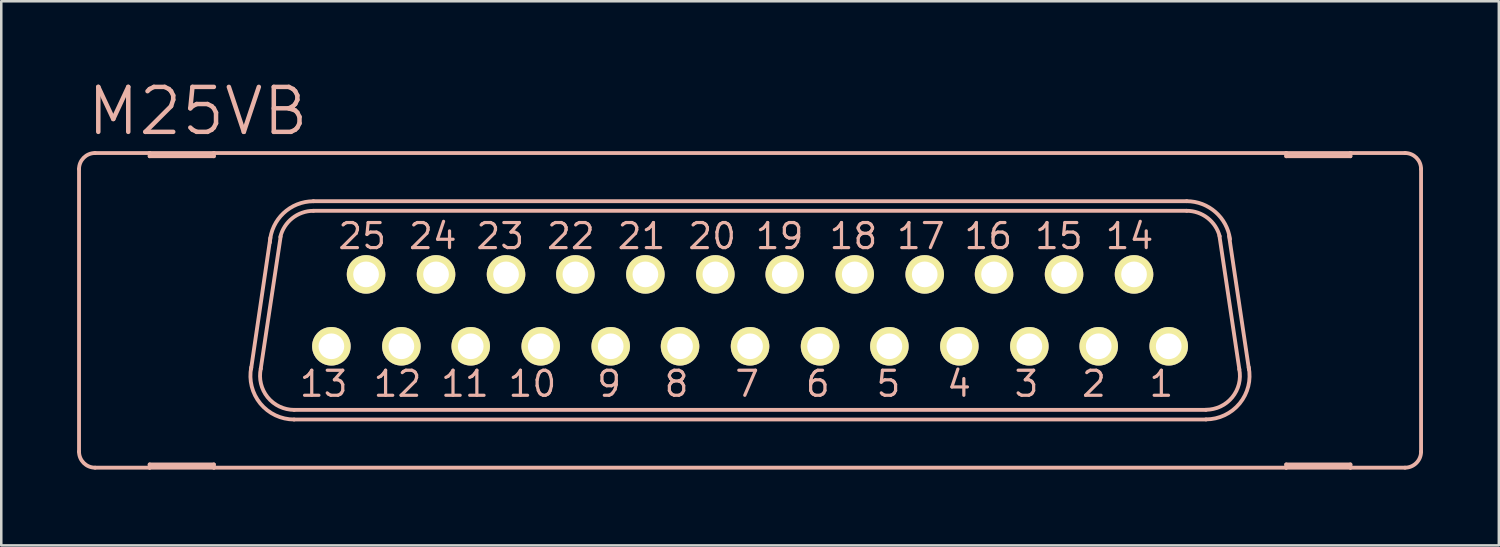
<source format=kicad_pcb>
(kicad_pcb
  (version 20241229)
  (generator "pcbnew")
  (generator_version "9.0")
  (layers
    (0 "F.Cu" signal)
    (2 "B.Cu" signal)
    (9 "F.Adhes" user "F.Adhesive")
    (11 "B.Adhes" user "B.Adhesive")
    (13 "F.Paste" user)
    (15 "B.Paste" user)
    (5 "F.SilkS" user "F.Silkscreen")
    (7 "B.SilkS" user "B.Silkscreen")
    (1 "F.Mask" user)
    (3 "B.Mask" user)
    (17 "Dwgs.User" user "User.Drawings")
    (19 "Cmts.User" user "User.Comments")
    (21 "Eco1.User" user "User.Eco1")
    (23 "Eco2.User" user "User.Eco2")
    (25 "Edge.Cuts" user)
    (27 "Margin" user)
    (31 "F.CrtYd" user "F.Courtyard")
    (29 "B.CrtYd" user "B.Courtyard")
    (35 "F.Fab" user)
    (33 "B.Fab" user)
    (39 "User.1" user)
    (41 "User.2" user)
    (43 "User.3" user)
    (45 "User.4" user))
  (footprint "M25VB"
    (layer "F.Cu")
    (at 26.619 9.226)
    (property "Reference" "M25VB" (at -21.844 -7.874 0) (layer "B.SilkS") (effects (font (size 1.778 1.778) (thickness 0.178))))
    (attr exclude_from_pos_files exclude_from_bom)
    (fp_circle (center -16.561 1.422) (end -16.688 1.549) (stroke (width 0.203) (type solid)) (fill no) (layer "F.SilkS"))
    (fp_circle (center -15.189 -1.422) (end -15.316 -1.549) (stroke (width 0.203) (type solid)) (fill no) (layer "F.SilkS"))
    (fp_circle (center -13.792 1.422) (end -13.919 1.549) (stroke (width 0.203) (type solid)) (fill no) (layer "F.SilkS"))
    (fp_circle (center -12.421 -1.422) (end -12.548 -1.549) (stroke (width 0.203) (type solid)) (fill no) (layer "F.SilkS"))
    (fp_circle (center -11.049 1.422) (end -11.176 1.549) (stroke (width 0.203) (type solid)) (fill no) (layer "F.SilkS"))
    (fp_circle (center -9.652 -1.422) (end -9.779 -1.549) (stroke (width 0.203) (type solid)) (fill no) (layer "F.SilkS"))
    (fp_circle (center -8.28 1.422) (end -8.407 1.549) (stroke (width 0.203) (type solid)) (fill no) (layer "F.SilkS"))
    (fp_circle (center -6.909 -1.422) (end -7.036 -1.549) (stroke (width 0.203) (type solid)) (fill no) (layer "F.SilkS"))
    (fp_circle (center -5.512 1.422) (end -5.639 1.549) (stroke (width 0.203) (type solid)) (fill no) (layer "F.SilkS"))
    (fp_circle (center -4.14 -1.422) (end -4.267 -1.549) (stroke (width 0.203) (type solid)) (fill no) (layer "F.SilkS"))
    (fp_circle (center -2.769 1.422) (end -2.896 1.549) (stroke (width 0.203) (type solid)) (fill no) (layer "F.SilkS"))
    (fp_circle (center -1.372 -1.422) (end -1.499 -1.549) (stroke (width 0.203) (type solid)) (fill no) (layer "F.SilkS"))
    (fp_circle (center 0 1.422) (end -0.127 1.549) (stroke (width 0.203) (type solid)) (fill no) (layer "F.SilkS"))
    (fp_circle (center 1.372 -1.422) (end 1.499 -1.549) (stroke (width 0.203) (type solid)) (fill no) (layer "F.SilkS"))
    (fp_circle (center 2.769 1.422) (end 2.896 1.549) (stroke (width 0.203) (type solid)) (fill no) (layer "F.SilkS"))
    (fp_circle (center 4.14 -1.422) (end 4.267 -1.549) (stroke (width 0.203) (type solid)) (fill no) (layer "F.SilkS"))
    (fp_circle (center 5.512 1.422) (end 5.639 1.549) (stroke (width 0.203) (type solid)) (fill no) (layer "F.SilkS"))
    (fp_circle (center 6.909 -1.422) (end 7.036 -1.549) (stroke (width 0.203) (type solid)) (fill no) (layer "F.SilkS"))
    (fp_circle (center 8.28 1.422) (end 8.407 1.549) (stroke (width 0.203) (type solid)) (fill no) (layer "F.SilkS"))
    (fp_circle (center 9.652 -1.422) (end 9.779 -1.549) (stroke (width 0.203) (type solid)) (fill no) (layer "F.SilkS"))
    (fp_circle (center 11.049 1.422) (end 11.176 1.549) (stroke (width 0.203) (type solid)) (fill no) (layer "F.SilkS"))
    (fp_circle (center 12.421 -1.422) (end 12.548 -1.549) (stroke (width 0.203) (type solid)) (fill no) (layer "F.SilkS"))
    (fp_circle (center 13.792 1.422) (end 13.919 1.549) (stroke (width 0.203) (type solid)) (fill no) (layer "F.SilkS"))
    (fp_circle (center 15.189 -1.422) (end 15.316 -1.549) (stroke (width 0.203) (type solid)) (fill no) (layer "F.SilkS"))
    (fp_circle (center 16.561 1.422) (end 16.688 1.549) (stroke (width 0.203) (type solid)) (fill no) (layer "F.SilkS"))
    (fp_line (start -26.543 5.588) (end -26.543 -5.588) (stroke (width 0.152) (type solid)) (layer "B.SilkS"))
    (fp_line (start -25.908 6.223) (end -23.749 6.223) (stroke (width 0.152) (type solid)) (layer "B.SilkS"))
    (fp_line (start -23.749 -6.223) (end -25.908 -6.223) (stroke (width 0.152) (type solid)) (layer "B.SilkS"))
    (fp_line (start -23.749 -6.096) (end -23.749 -6.223) (stroke (width 0.152) (type solid)) (layer "B.SilkS"))
    (fp_line (start -23.749 6.096) (end -23.749 6.223) (stroke (width 0.152) (type solid)) (layer "B.SilkS"))
    (fp_line (start -23.749 6.223) (end -21.209 6.223) (stroke (width 0.152) (type solid)) (layer "B.SilkS"))
    (fp_line (start -21.209 -6.223) (end -23.749 -6.223) (stroke (width 0.152) (type solid)) (layer "B.SilkS"))
    (fp_line (start -21.209 -6.223) (end -21.209 -6.096) (stroke (width 0.152) (type solid)) (layer "B.SilkS"))
    (fp_line (start -21.209 -6.096) (end -23.749 -6.096) (stroke (width 0.152) (type solid)) (layer "B.SilkS"))
    (fp_line (start -21.209 6.096) (end -23.749 6.096) (stroke (width 0.152) (type solid)) (layer "B.SilkS"))
    (fp_line (start -21.209 6.223) (end -21.209 6.096) (stroke (width 0.152) (type solid)) (layer "B.SilkS"))
    (fp_line (start -21.209 6.223) (end 21.209 6.223) (stroke (width 0.152) (type solid)) (layer "B.SilkS"))
    (fp_line (start -19.736 2.311) (end -18.974 -2.87) (stroke (width 0.152) (type solid)) (layer "B.SilkS"))
    (fp_line (start -19.355 2.311) (end -18.567 -2.921) (stroke (width 0.152) (type solid)) (layer "B.SilkS"))
    (fp_line (start 17.272 -4.318) (end -17.272 -4.318) (stroke (width 0.152) (type solid)) (layer "B.SilkS"))
    (fp_line (start 17.272 -3.937) (end -17.272 -3.937) (stroke (width 0.152) (type solid)) (layer "B.SilkS"))
    (fp_line (start 18.034 3.937) (end -18.034 3.937) (stroke (width 0.152) (type solid)) (layer "B.SilkS"))
    (fp_line (start 18.034 4.318) (end -18.034 4.318) (stroke (width 0.152) (type solid)) (layer "B.SilkS"))
    (fp_line (start 18.567 -2.946) (end 19.355 2.337) (stroke (width 0.152) (type solid)) (layer "B.SilkS"))
    (fp_line (start 18.948 -2.946) (end 19.736 2.337) (stroke (width 0.152) (type solid)) (layer "B.SilkS"))
    (fp_line (start 21.209 -6.223) (end -21.209 -6.223) (stroke (width 0.152) (type solid)) (layer "B.SilkS"))
    (fp_line (start 21.209 -6.096) (end 21.209 -6.223) (stroke (width 0.152) (type solid)) (layer "B.SilkS"))
    (fp_line (start 21.209 6.096) (end 21.209 6.223) (stroke (width 0.152) (type solid)) (layer "B.SilkS"))
    (fp_line (start 21.209 6.223) (end 23.749 6.223) (stroke (width 0.152) (type solid)) (layer "B.SilkS"))
    (fp_line (start 23.749 -6.223) (end 21.209 -6.223) (stroke (width 0.152) (type solid)) (layer "B.SilkS"))
    (fp_line (start 23.749 -6.223) (end 23.749 -6.096) (stroke (width 0.152) (type solid)) (layer "B.SilkS"))
    (fp_line (start 23.749 -6.096) (end 21.209 -6.096) (stroke (width 0.152) (type solid)) (layer "B.SilkS"))
    (fp_line (start 23.749 6.096) (end 21.209 6.096) (stroke (width 0.152) (type solid)) (layer "B.SilkS"))
    (fp_line (start 23.749 6.223) (end 23.749 6.096) (stroke (width 0.152) (type solid)) (layer "B.SilkS"))
    (fp_line (start 23.749 6.223) (end 25.908 6.223) (stroke (width 0.152) (type solid)) (layer "B.SilkS"))
    (fp_line (start 25.908 -6.223) (end 23.749 -6.223) (stroke (width 0.152) (type solid)) (layer "B.SilkS"))
    (fp_line (start 26.543 5.588) (end 26.543 -5.588) (stroke (width 0.152) (type solid)) (layer "B.SilkS"))
    (fp_arc (start -26.543 -5.588) (mid -26.357013 -6.037013) (end -25.908 -6.223) (stroke (width 0.1524) (type solid)) (layer "B.SilkS"))
    (fp_arc (start -25.908 6.223) (mid -26.357013 6.037013) (end -26.543 5.588) (stroke (width 0.1524) (type solid)) (layer "B.SilkS"))
    (fp_arc (start -18.99412 -2.68478) (mid -18.456237 -3.843381) (end -17.269364 -4.315619) (stroke (width 0.1524) (type solid)) (layer "B.SilkS"))
    (fp_arc (start -18.5801 -2.90322) (mid -18.104662 -3.646284) (end -17.271518 -3.936211) (stroke (width 0.1524) (type solid)) (layer "B.SilkS"))
    (fp_arc (start -18.034 3.937) (mid -19.083648 3.435219) (end -19.35228 2.303238) (stroke (width 0.1524) (type solid)) (layer "B.SilkS"))
    (fp_arc (start -18.034 4.318) (mid -19.370628 3.686179) (end -19.730797 2.252285) (stroke (width 0.1524) (type solid)) (layer "B.SilkS"))
    (fp_arc (start 17.272 -4.318) (mid 18.410733 -3.888069) (end 18.984341 -2.814511) (stroke (width 0.1524) (type solid)) (layer "B.SilkS"))
    (fp_arc (start 17.272 -3.937) (mid 18.096791 -3.655415) (end 18.577188 -2.928236) (stroke (width 0.1524) (type solid)) (layer "B.SilkS"))
    (fp_arc (start 19.35226 2.32664) (mid 19.072158 3.441772) (end 18.03224 3.932229) (stroke (width 0.1524) (type solid)) (layer "B.SilkS"))
    (fp_arc (start 19.72564 2.25044) (mid 19.367826 3.682187) (end 18.033801 4.313302) (stroke (width 0.1524) (type solid)) (layer "B.SilkS"))
    (fp_arc (start 25.908 -6.223) (mid 26.357013 -6.037013) (end 26.543 -5.588) (stroke (width 0.1524) (type solid)) (layer "B.SilkS"))
    (fp_arc (start 26.543 5.588) (mid 26.357013 6.037013) (end 25.908 6.223) (stroke (width 0.1524) (type solid)) (layer "B.SilkS"))
    (fp_text user "25" (at -15.342 -2.934 180) (layer "B.SilkS") (effects (font (size 0.991 0.991) (thickness 0.127))))
    (fp_text user "15" (at 12.217 -2.934 180) (layer "B.SilkS") (effects (font (size 0.991 0.991) (thickness 0.127))))
    (fp_text user "16" (at 9.423 -2.934 180) (layer "B.SilkS") (effects (font (size 0.991 0.991) (thickness 0.127))))
    (fp_text user "2" (at 13.602 2.908 180) (layer "B.SilkS") (effects (font (size 0.991 0.991) (thickness 0.127))))
    (fp_text user "19" (at 1.168 -2.934 180) (layer "B.SilkS") (effects (font (size 0.991 0.991) (thickness 0.127))))
    (fp_text user "7" (at -0.114 2.908 180) (layer "B.SilkS") (effects (font (size 0.991 0.991) (thickness 0.127))))
    (fp_text user "12" (at -13.945 2.908 180) (layer "B.SilkS") (effects (font (size 0.991 0.991) (thickness 0.127))))
    (fp_text user "13" (at -16.866 2.908 180) (layer "B.SilkS") (effects (font (size 0.991 0.991) (thickness 0.127))))
    (fp_text user "20" (at -1.499 -2.934 180) (layer "B.SilkS") (effects (font (size 0.991 0.991) (thickness 0.127))))
    (fp_text user "14" (at 15.011 -2.934 180) (layer "B.SilkS") (effects (font (size 0.991 0.991) (thickness 0.127))))
    (fp_text user "1" (at 16.269 2.908 180) (layer "B.SilkS") (effects (font (size 0.991 0.991) (thickness 0.127))))
    (fp_text user "10" (at -8.611 2.908 180) (layer "B.SilkS") (effects (font (size 0.991 0.991) (thickness 0.127))))
    (fp_text user "21" (at -4.293 -2.934 180) (layer "B.SilkS") (effects (font (size 0.991 0.991) (thickness 0.127))))
    (fp_text user "3" (at 10.935 2.908 180) (layer "B.SilkS") (effects (font (size 0.991 0.991) (thickness 0.127))))
    (fp_text user "11" (at -11.278 2.908 180) (layer "B.SilkS") (effects (font (size 0.991 0.991) (thickness 0.127))))
    (fp_text user "8" (at -2.908 2.908 180) (layer "B.SilkS") (effects (font (size 0.991 0.991) (thickness 0.127))))
    (fp_text user "23" (at -9.881 -2.934 180) (layer "B.SilkS") (effects (font (size 0.991 0.991) (thickness 0.127))))
    (fp_text user "9" (at -5.575 2.908 180) (layer "B.SilkS") (effects (font (size 0.991 0.991) (thickness 0.127))))
    (fp_text user "17" (at 6.756 -2.934 180) (layer "B.SilkS") (effects (font (size 0.991 0.991) (thickness 0.127))))
    (fp_text user "4" (at 8.268 2.908 180) (layer "B.SilkS") (effects (font (size 0.991 0.991) (thickness 0.127))))
    (fp_text user "18" (at 4.089 -2.934 180) (layer "B.SilkS") (effects (font (size 0.991 0.991) (thickness 0.127))))
    (fp_text user "5" (at 5.474 2.908 180) (layer "B.SilkS") (effects (font (size 0.991 0.991) (thickness 0.127))))
    (fp_text user "6" (at 2.68 2.908 180) (layer "B.SilkS") (effects (font (size 0.991 0.991) (thickness 0.127))))
    (fp_text user "24" (at -12.548 -2.934 180) (layer "B.SilkS") (effects (font (size 0.991 0.991) (thickness 0.127))))
    (fp_text user "22" (at -7.087 -2.934 180) (layer "B.SilkS") (effects (font (size 0.991 0.991) (thickness 0.127))))
    (pad "1" thru_hole circle (at 16.561 1.422) (size 1.524 1.524) (drill 1.016) (layers "*.Cu" "F.Mask" "F.SilkS" "F.Paste"))
    (pad "2" thru_hole circle (at 13.792 1.422) (size 1.524 1.524) (drill 1.016) (layers "*.Cu" "F.Mask" "F.SilkS" "F.Paste"))
    (pad "3" thru_hole circle (at 11.049 1.422) (size 1.524 1.524) (drill 1.016) (layers "*.Cu" "F.Mask" "F.SilkS" "F.Paste"))
    (pad "4" thru_hole circle (at 8.28 1.422) (size 1.524 1.524) (drill 1.016) (layers "*.Cu" "F.Mask" "F.SilkS" "F.Paste"))
    (pad "5" thru_hole circle (at 5.512 1.422) (size 1.524 1.524) (drill 1.016) (layers "*.Cu" "F.Mask" "F.SilkS" "F.Paste"))
    (pad "6" thru_hole circle (at 2.769 1.422) (size 1.524 1.524) (drill 1.016) (layers "*.Cu" "F.Mask" "F.SilkS" "F.Paste"))
    (pad "7" thru_hole circle (at 0 1.422) (size 1.524 1.524) (drill 1.016) (layers "*.Cu" "F.Mask" "F.SilkS" "F.Paste"))
    (pad "8" thru_hole circle (at -2.769 1.422) (size 1.524 1.524) (drill 1.016) (layers "*.Cu" "F.Mask" "F.SilkS" "F.Paste"))
    (pad "9" thru_hole circle (at -5.512 1.422) (size 1.524 1.524) (drill 1.016) (layers "*.Cu" "F.Mask" "F.SilkS" "F.Paste"))
    (pad "10" thru_hole circle (at -8.28 1.422) (size 1.524 1.524) (drill 1.016) (layers "*.Cu" "F.Mask" "F.SilkS" "F.Paste"))
    (pad "11" thru_hole circle (at -11.049 1.422) (size 1.524 1.524) (drill 1.016) (layers "*.Cu" "F.Mask" "F.SilkS" "F.Paste"))
    (pad "12" thru_hole circle (at -13.792 1.422) (size 1.524 1.524) (drill 1.016) (layers "*.Cu" "F.Mask" "F.SilkS" "F.Paste"))
    (pad "13" thru_hole circle (at -16.561 1.422) (size 1.524 1.524) (drill 1.016) (layers "*.Cu" "F.Mask" "F.SilkS" "F.Paste"))
    (pad "14" thru_hole circle (at 15.189 -1.422) (size 1.524 1.524) (drill 1.016) (layers "*.Cu" "F.Mask" "F.SilkS" "F.Paste"))
    (pad "15" thru_hole circle (at 12.421 -1.422) (size 1.524 1.524) (drill 1.016) (layers "*.Cu" "F.Mask" "F.SilkS" "F.Paste"))
    (pad "16" thru_hole circle (at 9.652 -1.422) (size 1.524 1.524) (drill 1.016) (layers "*.Cu" "F.Mask" "F.SilkS" "F.Paste"))
    (pad "17" thru_hole circle (at 6.909 -1.422) (size 1.524 1.524) (drill 1.016) (layers "*.Cu" "F.Mask" "F.SilkS" "F.Paste"))
    (pad "18" thru_hole circle (at 4.14 -1.422) (size 1.524 1.524) (drill 1.016) (layers "*.Cu" "F.Mask" "F.SilkS" "F.Paste"))
    (pad "19" thru_hole circle (at 1.372 -1.422) (size 1.524 1.524) (drill 1.016) (layers "*.Cu" "F.Mask" "F.SilkS" "F.Paste"))
    (pad "20" thru_hole circle (at -1.372 -1.422) (size 1.524 1.524) (drill 1.016) (layers "*.Cu" "F.Mask" "F.SilkS" "F.Paste"))
    (pad "21" thru_hole circle (at -4.14 -1.422) (size 1.524 1.524) (drill 1.016) (layers "*.Cu" "F.Mask" "F.SilkS" "F.Paste"))
    (pad "22" thru_hole circle (at -6.909 -1.422) (size 1.524 1.524) (drill 1.016) (layers "*.Cu" "F.Mask" "F.SilkS" "F.Paste"))
    (pad "23" thru_hole circle (at -9.652 -1.422) (size 1.524 1.524) (drill 1.016) (layers "*.Cu" "F.Mask" "F.SilkS" "F.Paste"))
    (pad "24" thru_hole circle (at -12.421 -1.422) (size 1.524 1.524) (drill 1.016) (layers "*.Cu" "F.Mask" "F.SilkS" "F.Paste"))
    (pad "25" thru_hole circle (at -15.189 -1.422) (size 1.524 1.524) (drill 1.016) (layers "*.Cu" "F.Mask" "F.SilkS" "F.Paste")))
  (gr_rect
    (start -3 -3)
    (end 56.238 18.525)
    (stroke (width 0.1) (type default))
    (fill no)
    (layer "Edge.Cuts")))
</source>
